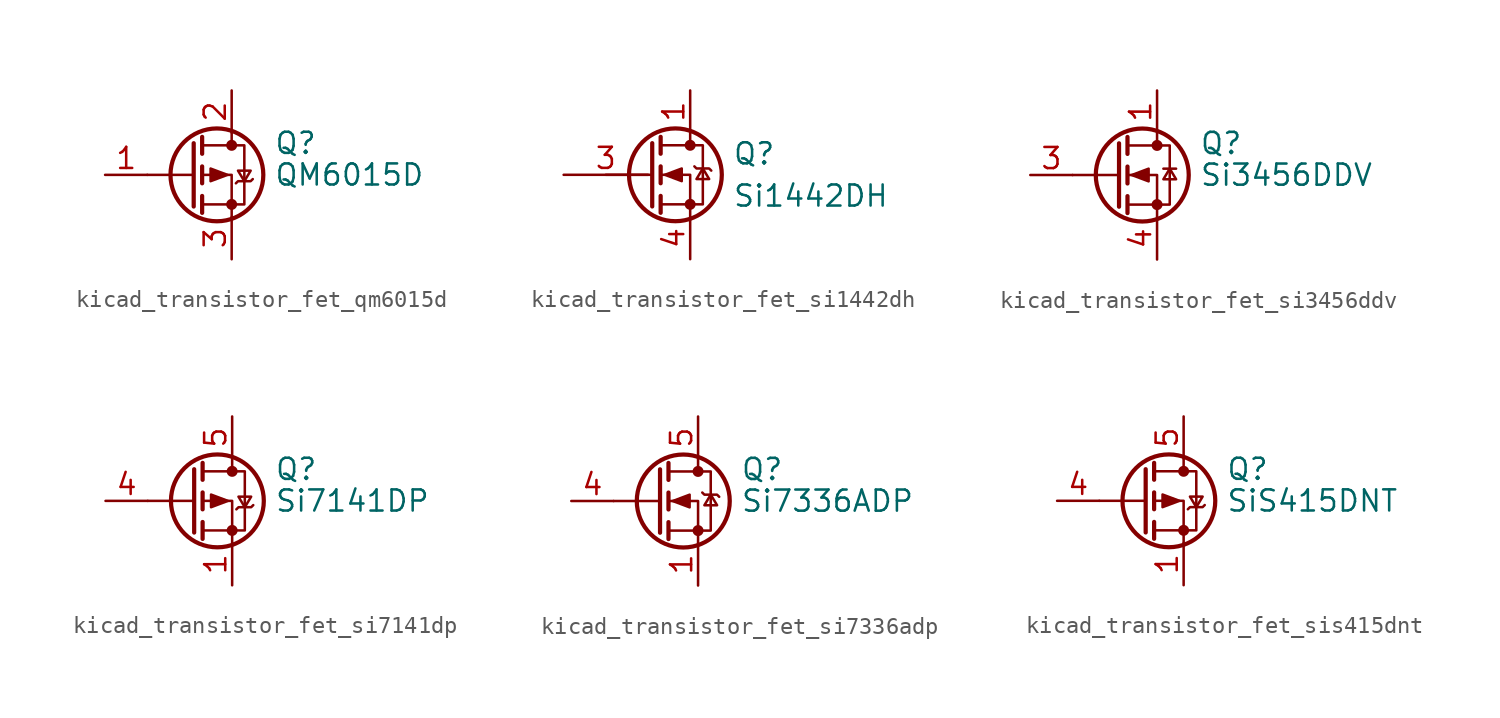
<source format=kicad_sym>
(kicad_symbol_lib
  (version 20220914)
  (generator kicad_symbol_editor)
  (symbol "kicad_transistor_fet_qm6015d"
    (pin_names hide)
    (property "Reference" "Q"
      (at 5.08 1.905 0)
      (effects (font (size 1.27 1.27)) (justify left)))
    (property "Value" "QM6015D"
      (at 5.08 0 0)
      (effects (font (size 1.27 1.27)) (justify left)))
    (symbol "kicad_transistor_fet_qm6015d_0_1"
      (polyline (pts (xy 0.254 0) (xy -2.54 0)) (stroke (width 0) (type default)) (fill (type none)))
      (polyline (pts (xy 0.254 1.905) (xy 0.254 -1.905)) (stroke (width 0.254) (type default)) (fill (type none)))
      (polyline (pts (xy 0.762 -1.27) (xy 0.762 -2.286)) (stroke (width 0.254) (type default)) (fill (type none)))
      (polyline (pts (xy 0.762 0.508) (xy 0.762 -0.508)) (stroke (width 0.254) (type default)) (fill (type none)))
      (polyline (pts (xy 0.762 2.286) (xy 0.762 1.27)) (stroke (width 0.254) (type default)) (fill (type none)))
      (polyline (pts (xy 2.54 2.54) (xy 2.54 1.778)) (stroke (width 0) (type default)) (fill (type none)))
      (polyline (pts (xy 2.54 -2.54) (xy 2.54 0) (xy 0.762 0)) (stroke (width 0) (type default)) (fill (type none)))
      (polyline (pts (xy 0.762 1.778) (xy 3.302 1.778) (xy 3.302 -1.778) (xy 0.762 -1.778)) (stroke (width 0) (type default)) (fill (type none)))
      (polyline (pts (xy 2.286 0) (xy 1.27 0.381) (xy 1.27 -0.381) (xy 2.286 0)) (stroke (width 0) (type default)) (fill (type outline)))
      (polyline (pts (xy 2.794 -0.508) (xy 2.921 -0.381) (xy 3.683 -0.381) (xy 3.81 -0.254)) (stroke (width 0) (type default)) (fill (type none)))
      (polyline (pts (xy 3.302 -0.381) (xy 2.921 0.254) (xy 3.683 0.254) (xy 3.302 -0.381)) (stroke (width 0) (type default)) (fill (type none)))
      (circle (center 1.651 0) (radius 2.794) (stroke (width 0.254) (type default)) (fill (type none)))
      (circle (center 2.54 -1.778) (radius 0.254) (stroke (width 0) (type default)) (fill (type outline)))
      (circle (center 2.54 1.778) (radius 0.254) (stroke (width 0) (type default)) (fill (type outline))))
    (symbol "kicad_transistor_fet_qm6015d_1_1"
      (pin passive line (at -5.08 0 0) (length 2.54) (name "G" (effects (font (size 1.27 1.27)))) (number "1" (effects (font (size 1.27 1.27)))))
      (pin passive line (at 2.54 5.08 270) (length 2.54) (name "D" (effects (font (size 1.27 1.27)))) (number "2" (effects (font (size 1.27 1.27)))))
      (pin passive line (at 2.54 -5.08 90) (length 2.54) (name "S" (effects (font (size 1.27 1.27)))) (number "3" (effects (font (size 1.27 1.27)))))))
  (symbol "kicad_transistor_fet_si1442dh"
    (pin_names hide)
    (property "Reference" "Q"
      (at 5.08 1.27 0)
      (effects (font (size 1.27 1.27)) (justify left)))
    (property "Value" "Si1442DH"
      (at 5.08 -1.27 0)
      (effects (font (size 1.27 1.27)) (justify left)))
    (symbol "kicad_transistor_fet_si1442dh_0_1"
      (polyline (pts (xy 0.254 0) (xy -2.54 0)) (stroke (width 0) (type default)) (fill (type none)))
      (polyline (pts (xy 0.254 1.905) (xy 0.254 -1.905)) (stroke (width 0.254) (type default)) (fill (type none)))
      (polyline (pts (xy 0.762 -1.27) (xy 0.762 -2.286)) (stroke (width 0.254) (type default)) (fill (type none)))
      (polyline (pts (xy 0.762 0.508) (xy 0.762 -0.508)) (stroke (width 0.254) (type default)) (fill (type none)))
      (polyline (pts (xy 0.762 2.286) (xy 0.762 1.27)) (stroke (width 0.254) (type default)) (fill (type none)))
      (polyline (pts (xy 2.54 2.54) (xy 2.54 1.778)) (stroke (width 0) (type default)) (fill (type none)))
      (polyline (pts (xy 2.54 -2.54) (xy 2.54 0) (xy 0.762 0)) (stroke (width 0) (type default)) (fill (type none)))
      (polyline (pts (xy 0.762 -1.778) (xy 3.302 -1.778) (xy 3.302 1.778) (xy 0.762 1.778)) (stroke (width 0) (type default)) (fill (type none)))
      (polyline (pts (xy 1.016 0) (xy 2.032 0.381) (xy 2.032 -0.381) (xy 1.016 0)) (stroke (width 0) (type default)) (fill (type outline)))
      (polyline (pts (xy 2.794 0.508) (xy 2.921 0.381) (xy 3.683 0.381) (xy 3.81 0.254)) (stroke (width 0) (type default)) (fill (type none)))
      (polyline (pts (xy 3.302 0.381) (xy 2.921 -0.254) (xy 3.683 -0.254) (xy 3.302 0.381)) (stroke (width 0) (type default)) (fill (type none)))
      (circle (center 1.651 0) (radius 2.794) (stroke (width 0.254) (type default)) (fill (type none)))
      (circle (center 2.54 -1.778) (radius 0.254) (stroke (width 0) (type default)) (fill (type outline)))
      (circle (center 2.54 1.778) (radius 0.254) (stroke (width 0) (type default)) (fill (type outline))))
    (symbol "kicad_transistor_fet_si1442dh_1_1"
      (pin passive line (at 2.54 5.08 270) (length 2.54) (name "D" (effects (font (size 1.27 1.27)))) (number "1" (effects (font (size 1.27 1.27)))))
      (pin passive line (at 2.54 5.08 270) (length 2.54) hide (name "D" (effects (font (size 1.27 1.27)))) (number "2" (effects (font (size 1.27 1.27)))))
      (pin input line (at -5.08 0 0) (length 5.08) (name "G" (effects (font (size 1.27 1.27)))) (number "3" (effects (font (size 1.27 1.27)))))
      (pin passive line (at 2.54 -5.08 90) (length 2.54) (name "S" (effects (font (size 1.27 1.27)))) (number "4" (effects (font (size 1.27 1.27)))))
      (pin passive line (at 2.54 5.08 270) (length 2.54) hide (name "D" (effects (font (size 1.27 1.27)))) (number "5" (effects (font (size 1.27 1.27)))))
      (pin passive line (at 2.54 5.08 270) (length 2.54) hide (name "D" (effects (font (size 1.27 1.27)))) (number "6" (effects (font (size 1.27 1.27)))))))
  (symbol "kicad_transistor_fet_si3456ddv"
    (pin_names hide)
    (property "Reference" "Q"
      (at 5.08 1.905 0)
      (effects (font (size 1.27 1.27)) (justify left)))
    (property "Value" "Si3456DDV"
      (at 5.08 0 0)
      (effects (font (size 1.27 1.27)) (justify left)))
    (symbol "kicad_transistor_fet_si3456ddv_0_1"
      (polyline (pts (xy 0.254 0) (xy -2.54 0)) (stroke (width 0) (type default)) (fill (type none)))
      (polyline (pts (xy 0.254 1.905) (xy 0.254 -1.905)) (stroke (width 0.254) (type default)) (fill (type none)))
      (polyline (pts (xy 0.762 -1.27) (xy 0.762 -2.286)) (stroke (width 0.254) (type default)) (fill (type none)))
      (polyline (pts (xy 0.762 0.508) (xy 0.762 -0.508)) (stroke (width 0.254) (type default)) (fill (type none)))
      (polyline (pts (xy 0.762 2.286) (xy 0.762 1.27)) (stroke (width 0.254) (type default)) (fill (type none)))
      (polyline (pts (xy 2.54 2.54) (xy 2.54 1.778)) (stroke (width 0) (type default)) (fill (type none)))
      (polyline (pts (xy 2.921 0.381) (xy 3.683 0.381)) (stroke (width 0) (type default)) (fill (type none)))
      (polyline (pts (xy 2.54 -2.54) (xy 2.54 0) (xy 0.762 0)) (stroke (width 0) (type default)) (fill (type none)))
      (polyline (pts (xy 0.762 -1.778) (xy 3.302 -1.778) (xy 3.302 1.778) (xy 0.762 1.778)) (stroke (width 0) (type default)) (fill (type none)))
      (polyline (pts (xy 1.016 0) (xy 2.032 0.381) (xy 2.032 -0.381) (xy 1.016 0)) (stroke (width 0) (type default)) (fill (type outline)))
      (polyline (pts (xy 3.302 0.381) (xy 2.921 -0.254) (xy 3.683 -0.254) (xy 3.302 0.381)) (stroke (width 0) (type default)) (fill (type none)))
      (circle (center 1.651 0) (radius 2.794) (stroke (width 0.254) (type default)) (fill (type none)))
      (circle (center 2.54 -1.778) (radius 0.254) (stroke (width 0) (type default)) (fill (type outline)))
      (circle (center 2.54 1.778) (radius 0.254) (stroke (width 0) (type default)) (fill (type outline))))
    (symbol "kicad_transistor_fet_si3456ddv_1_1"
      (pin passive line (at 2.54 5.08 270) (length 2.54) (name "D" (effects (font (size 1.27 1.27)))) (number "1" (effects (font (size 1.27 1.27)))))
      (pin passive line (at 2.54 5.08 270) (length 2.54) hide (name "D" (effects (font (size 1.27 1.27)))) (number "2" (effects (font (size 1.27 1.27)))))
      (pin input line (at -5.08 0 0) (length 2.54) (name "G" (effects (font (size 1.27 1.27)))) (number "3" (effects (font (size 1.27 1.27)))))
      (pin passive line (at 2.54 -5.08 90) (length 2.54) (name "S" (effects (font (size 1.27 1.27)))) (number "4" (effects (font (size 1.27 1.27)))))
      (pin passive line (at 2.54 5.08 270) (length 2.54) hide (name "D" (effects (font (size 1.27 1.27)))) (number "5" (effects (font (size 1.27 1.27)))))
      (pin passive line (at 2.54 5.08 270) (length 2.54) hide (name "D" (effects (font (size 1.27 1.27)))) (number "6" (effects (font (size 1.27 1.27)))))))
  (symbol "kicad_transistor_fet_si7141dp"
    (pin_names hide)
    (property "Reference" "Q"
      (at 5.08 1.905 0)
      (effects (font (size 1.27 1.27)) (justify left)))
    (property "Value" "Si7141DP"
      (at 5.08 0 0)
      (effects (font (size 1.27 1.27)) (justify left)))
    (symbol "kicad_transistor_fet_si7141dp_0_1"
      (polyline (pts (xy 0.254 0) (xy -2.54 0)) (stroke (width 0) (type default)) (fill (type none)))
      (polyline (pts (xy 0.254 1.905) (xy 0.254 -1.905)) (stroke (width 0.254) (type default)) (fill (type none)))
      (polyline (pts (xy 0.762 -1.27) (xy 0.762 -2.286)) (stroke (width 0.254) (type default)) (fill (type none)))
      (polyline (pts (xy 0.762 0.508) (xy 0.762 -0.508)) (stroke (width 0.254) (type default)) (fill (type none)))
      (polyline (pts (xy 0.762 2.286) (xy 0.762 1.27)) (stroke (width 0.254) (type default)) (fill (type none)))
      (polyline (pts (xy 2.54 2.54) (xy 2.54 1.778)) (stroke (width 0) (type default)) (fill (type none)))
      (polyline (pts (xy 2.54 -2.54) (xy 2.54 0) (xy 0.762 0)) (stroke (width 0) (type default)) (fill (type none)))
      (polyline (pts (xy 0.762 1.778) (xy 3.302 1.778) (xy 3.302 -1.778) (xy 0.762 -1.778)) (stroke (width 0) (type default)) (fill (type none)))
      (polyline (pts (xy 2.286 0) (xy 1.27 0.381) (xy 1.27 -0.381) (xy 2.286 0)) (stroke (width 0) (type default)) (fill (type outline)))
      (polyline (pts (xy 2.794 -0.508) (xy 2.921 -0.381) (xy 3.683 -0.381) (xy 3.81 -0.254)) (stroke (width 0) (type default)) (fill (type none)))
      (polyline (pts (xy 3.302 -0.381) (xy 2.921 0.254) (xy 3.683 0.254) (xy 3.302 -0.381)) (stroke (width 0) (type default)) (fill (type none)))
      (circle (center 1.651 0) (radius 2.794) (stroke (width 0.254) (type default)) (fill (type none)))
      (circle (center 2.54 -1.778) (radius 0.254) (stroke (width 0) (type default)) (fill (type outline)))
      (circle (center 2.54 1.778) (radius 0.254) (stroke (width 0) (type default)) (fill (type outline))))
    (symbol "kicad_transistor_fet_si7141dp_1_1"
      (pin passive line (at 2.54 -5.08 90) (length 2.54) (name "S" (effects (font (size 1.27 1.27)))) (number "1" (effects (font (size 1.27 1.27)))))
      (pin passive line (at 2.54 -5.08 90) (length 2.54) hide (name "S" (effects (font (size 1.27 1.27)))) (number "2" (effects (font (size 1.27 1.27)))))
      (pin passive line (at 2.54 -5.08 90) (length 2.54) hide (name "S" (effects (font (size 1.27 1.27)))) (number "3" (effects (font (size 1.27 1.27)))))
      (pin input line (at -5.08 0 0) (length 2.54) (name "G" (effects (font (size 1.27 1.27)))) (number "4" (effects (font (size 1.27 1.27)))))
      (pin passive line (at 2.54 5.08 270) (length 2.54) (name "D" (effects (font (size 1.27 1.27)))) (number "5" (effects (font (size 1.27 1.27)))))))
  (symbol "kicad_transistor_fet_si7336adp"
    (pin_names hide)
    (property "Reference" "Q"
      (at 5.08 1.905 0)
      (effects (font (size 1.27 1.27)) (justify left)))
    (property "Value" "Si7336ADP"
      (at 5.08 0 0)
      (effects (font (size 1.27 1.27)) (justify left)))
    (symbol "kicad_transistor_fet_si7336adp_0_1"
      (polyline (pts (xy 0.254 0) (xy -2.54 0)) (stroke (width 0) (type default)) (fill (type none)))
      (polyline (pts (xy 0.254 1.905) (xy 0.254 -1.905)) (stroke (width 0.254) (type default)) (fill (type none)))
      (polyline (pts (xy 0.762 -1.27) (xy 0.762 -2.286)) (stroke (width 0.254) (type default)) (fill (type none)))
      (polyline (pts (xy 0.762 0.508) (xy 0.762 -0.508)) (stroke (width 0.254) (type default)) (fill (type none)))
      (polyline (pts (xy 0.762 2.286) (xy 0.762 1.27)) (stroke (width 0.254) (type default)) (fill (type none)))
      (polyline (pts (xy 2.54 2.54) (xy 2.54 1.778)) (stroke (width 0) (type default)) (fill (type none)))
      (polyline (pts (xy 2.54 -2.54) (xy 2.54 0) (xy 0.762 0)) (stroke (width 0) (type default)) (fill (type none)))
      (polyline (pts (xy 0.762 -1.778) (xy 3.302 -1.778) (xy 3.302 1.778) (xy 0.762 1.778)) (stroke (width 0) (type default)) (fill (type none)))
      (polyline (pts (xy 1.016 0) (xy 2.032 0.381) (xy 2.032 -0.381) (xy 1.016 0)) (stroke (width 0) (type default)) (fill (type outline)))
      (polyline (pts (xy 2.794 0.508) (xy 2.921 0.381) (xy 3.683 0.381) (xy 3.81 0.254)) (stroke (width 0) (type default)) (fill (type none)))
      (polyline (pts (xy 3.302 0.381) (xy 2.921 -0.254) (xy 3.683 -0.254) (xy 3.302 0.381)) (stroke (width 0) (type default)) (fill (type none)))
      (circle (center 1.651 0) (radius 2.794) (stroke (width 0.254) (type default)) (fill (type none)))
      (circle (center 2.54 -1.778) (radius 0.254) (stroke (width 0) (type default)) (fill (type outline)))
      (circle (center 2.54 1.778) (radius 0.254) (stroke (width 0) (type default)) (fill (type outline))))
    (symbol "kicad_transistor_fet_si7336adp_1_1"
      (pin passive line (at 2.54 -5.08 90) (length 2.54) (name "S" (effects (font (size 1.27 1.27)))) (number "1" (effects (font (size 1.27 1.27)))))
      (pin passive line (at 2.54 -5.08 90) (length 2.54) hide (name "S" (effects (font (size 1.27 1.27)))) (number "2" (effects (font (size 1.27 1.27)))))
      (pin passive line (at 2.54 -5.08 90) (length 2.54) hide (name "S" (effects (font (size 1.27 1.27)))) (number "3" (effects (font (size 1.27 1.27)))))
      (pin input line (at -5.08 0 0) (length 2.54) (name "G" (effects (font (size 1.27 1.27)))) (number "4" (effects (font (size 1.27 1.27)))))
      (pin passive line (at 2.54 5.08 270) (length 2.54) (name "D" (effects (font (size 1.27 1.27)))) (number "5" (effects (font (size 1.27 1.27)))))))
  (symbol "kicad_transistor_fet_sis415dnt"
    (pin_names hide)
    (property "Reference" "Q"
      (at 5.08 1.905 0)
      (effects (font (size 1.27 1.27)) (justify left)))
    (property "Value" "SiS415DNT"
      (at 5.08 0 0)
      (effects (font (size 1.27 1.27)) (justify left)))
    (symbol "kicad_transistor_fet_sis415dnt_0_1"
      (polyline (pts (xy 0.254 0) (xy -2.54 0)) (stroke (width 0) (type default)) (fill (type none)))
      (polyline (pts (xy 0.254 1.905) (xy 0.254 -1.905)) (stroke (width 0.254) (type default)) (fill (type none)))
      (polyline (pts (xy 0.762 -1.27) (xy 0.762 -2.286)) (stroke (width 0.254) (type default)) (fill (type none)))
      (polyline (pts (xy 0.762 0.508) (xy 0.762 -0.508)) (stroke (width 0.254) (type default)) (fill (type none)))
      (polyline (pts (xy 0.762 2.286) (xy 0.762 1.27)) (stroke (width 0.254) (type default)) (fill (type none)))
      (polyline (pts (xy 2.54 2.54) (xy 2.54 1.778)) (stroke (width 0) (type default)) (fill (type none)))
      (polyline (pts (xy 2.54 -2.54) (xy 2.54 0) (xy 0.762 0)) (stroke (width 0) (type default)) (fill (type none)))
      (polyline (pts (xy 0.762 1.778) (xy 3.302 1.778) (xy 3.302 -1.778) (xy 0.762 -1.778)) (stroke (width 0) (type default)) (fill (type none)))
      (polyline (pts (xy 2.286 0) (xy 1.27 0.381) (xy 1.27 -0.381) (xy 2.286 0)) (stroke (width 0) (type default)) (fill (type outline)))
      (polyline (pts (xy 2.794 -0.508) (xy 2.921 -0.381) (xy 3.683 -0.381) (xy 3.81 -0.254)) (stroke (width 0) (type default)) (fill (type none)))
      (polyline (pts (xy 3.302 -0.381) (xy 2.921 0.254) (xy 3.683 0.254) (xy 3.302 -0.381)) (stroke (width 0) (type default)) (fill (type none)))
      (circle (center 1.651 0) (radius 2.794) (stroke (width 0.254) (type default)) (fill (type none)))
      (circle (center 2.54 -1.778) (radius 0.254) (stroke (width 0) (type default)) (fill (type outline)))
      (circle (center 2.54 1.778) (radius 0.254) (stroke (width 0) (type default)) (fill (type outline))))
    (symbol "kicad_transistor_fet_sis415dnt_1_1"
      (pin passive line (at 2.54 -5.08 90) (length 2.54) (name "S" (effects (font (size 1.27 1.27)))) (number "1" (effects (font (size 1.27 1.27)))))
      (pin passive line (at 2.54 -5.08 90) (length 2.54) hide (name "S" (effects (font (size 1.27 1.27)))) (number "2" (effects (font (size 1.27 1.27)))))
      (pin passive line (at 2.54 -5.08 90) (length 2.54) hide (name "S" (effects (font (size 1.27 1.27)))) (number "3" (effects (font (size 1.27 1.27)))))
      (pin passive line (at -5.08 0 0) (length 2.54) (name "G" (effects (font (size 1.27 1.27)))) (number "4" (effects (font (size 1.27 1.27)))))
      (pin passive line (at 2.54 5.08 270) (length 2.54) (name "D" (effects (font (size 1.27 1.27)))) (number "5" (effects (font (size 1.27 1.27))))))))
</source>
